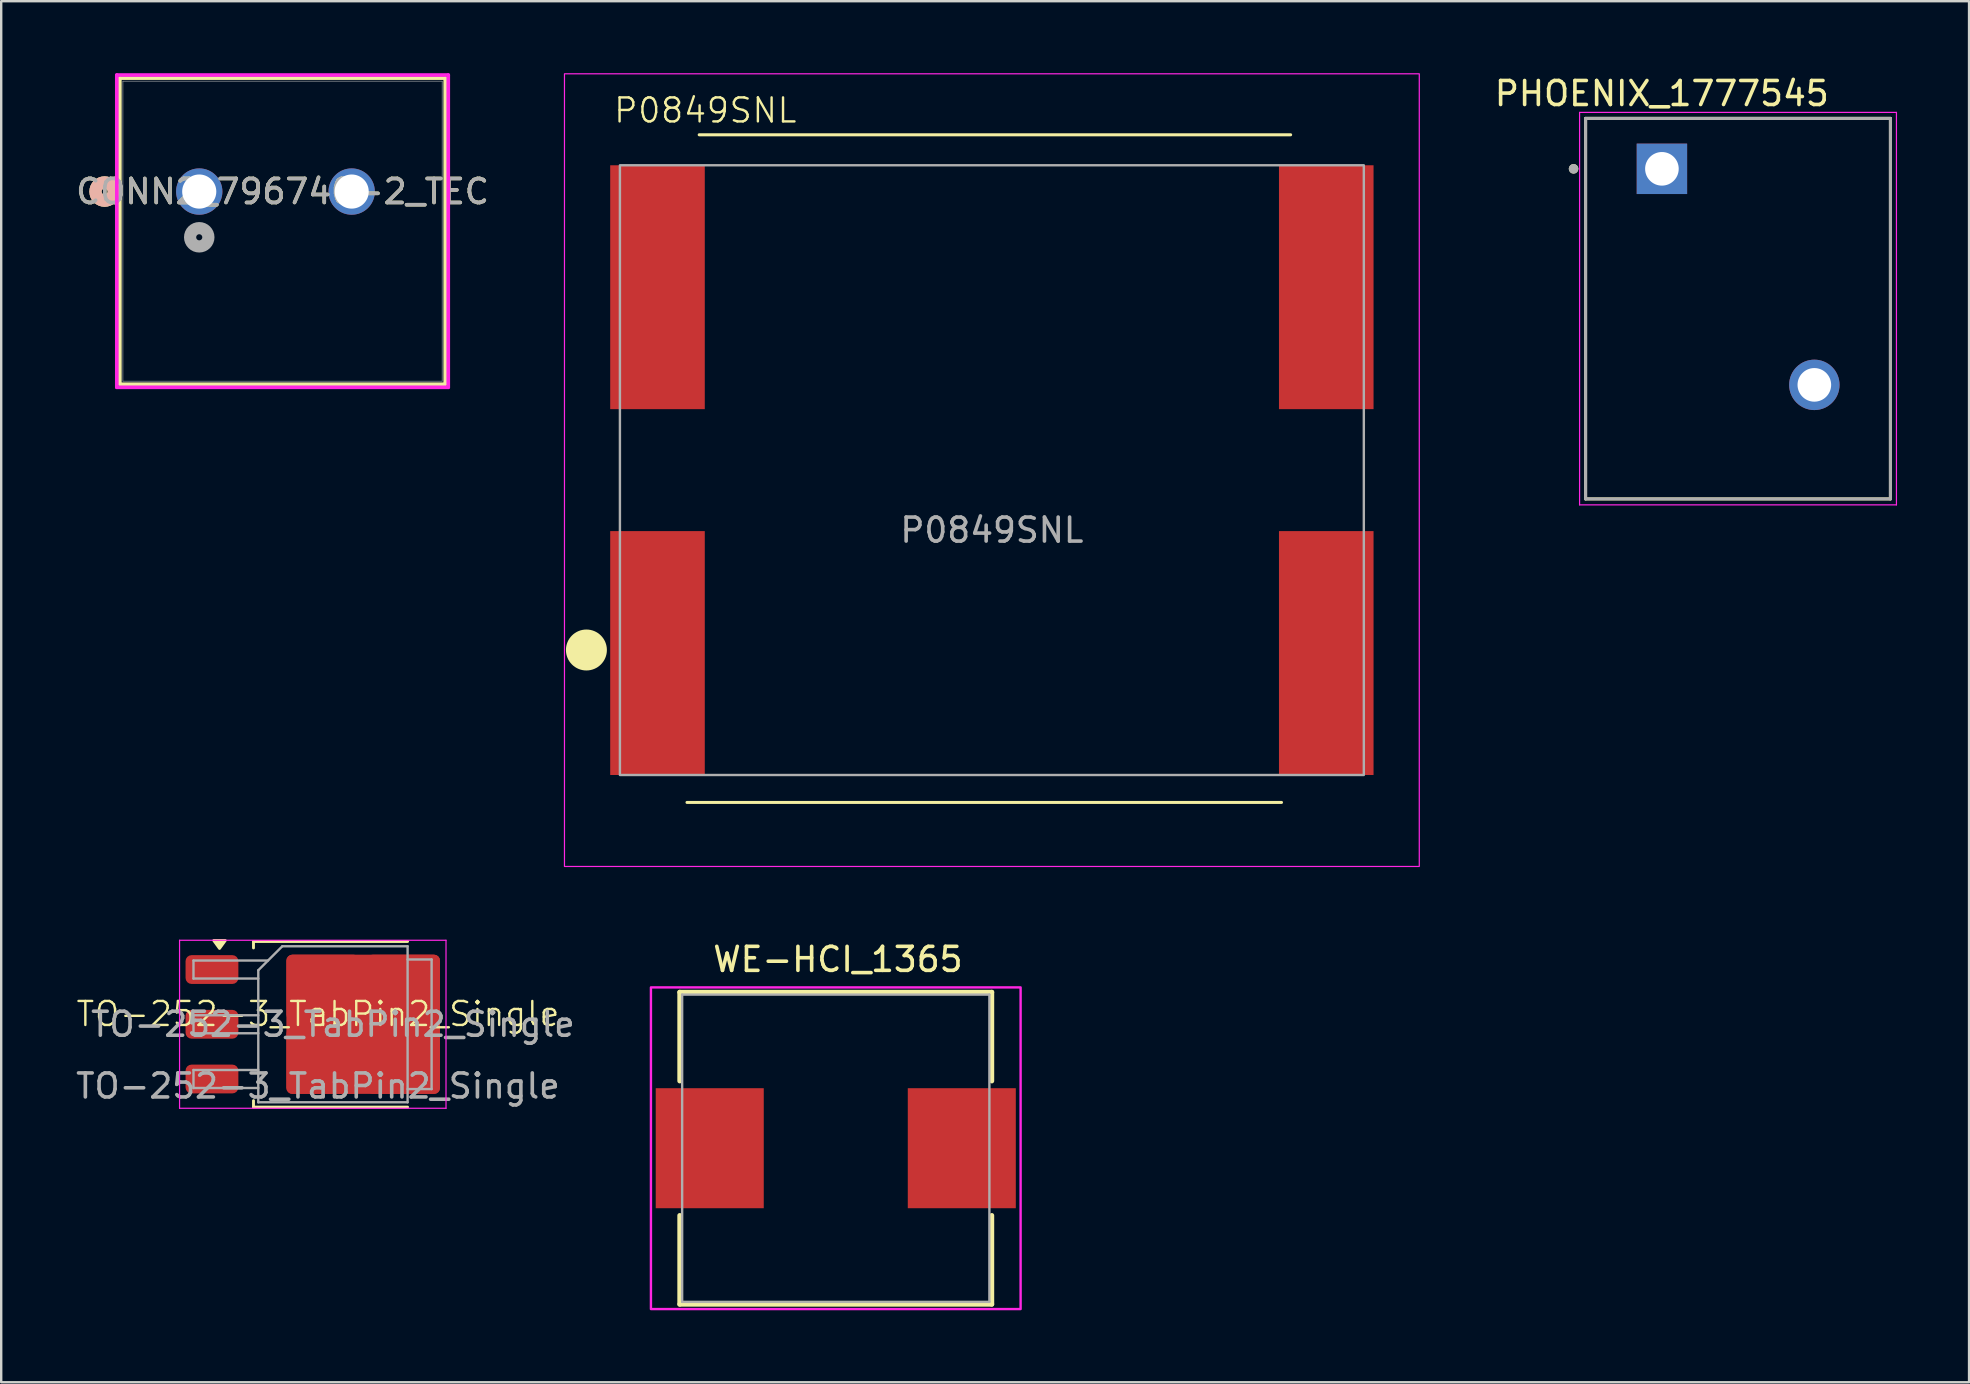
<source format=kicad_pcb>
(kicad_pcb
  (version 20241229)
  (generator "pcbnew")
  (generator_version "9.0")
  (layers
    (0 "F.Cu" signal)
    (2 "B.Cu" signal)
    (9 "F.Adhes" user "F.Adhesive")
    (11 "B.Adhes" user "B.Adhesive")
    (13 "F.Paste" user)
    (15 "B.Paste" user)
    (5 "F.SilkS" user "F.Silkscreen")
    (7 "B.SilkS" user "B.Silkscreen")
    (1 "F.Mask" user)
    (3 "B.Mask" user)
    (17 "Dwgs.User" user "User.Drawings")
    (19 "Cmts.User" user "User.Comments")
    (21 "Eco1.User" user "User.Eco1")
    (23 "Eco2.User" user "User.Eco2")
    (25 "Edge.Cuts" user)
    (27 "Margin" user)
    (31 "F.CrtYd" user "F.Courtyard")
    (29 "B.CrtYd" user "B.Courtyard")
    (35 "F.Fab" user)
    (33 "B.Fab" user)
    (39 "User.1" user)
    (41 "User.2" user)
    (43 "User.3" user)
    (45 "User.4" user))
  (footprint "TO-252-3_TabPin2_Single"
    (layer "F.Cu")
    (at 10.196 39.691)
    (property "Reference" "TO-252-3_TabPin2_Single" (at 0 -0.5 0) (unlocked yes) (layer "F.SilkS") (effects (font (size 1 1) (thickness 0.1))))
    (attr smd)
    (fp_line (start -2.686 -3.521) (end -2.686 -3.251) (stroke (width 0.12) (type solid)) (layer "F.SilkS"))
    (fp_line (start -2.686 3.379) (end -2.686 3.109) (stroke (width 0.12) (type solid)) (layer "F.SilkS"))
    (fp_line (start 3.734 -3.521) (end -2.686 -3.521) (stroke (width 0.12) (type solid)) (layer "F.SilkS"))
    (fp_line (start 3.734 3.379) (end -2.686 3.379) (stroke (width 0.12) (type solid)) (layer "F.SilkS"))
    (fp_poly (pts (xy -4.101 -3.231) (xy -4.341 -3.561) (xy -3.861 -3.561) (xy -4.101 -3.231)) (stroke (width 0.12) (type solid)) (fill yes) (layer "F.SilkS"))
    (fp_line (start -5.766 -3.571) (end -5.766 3.429) (stroke (width 0.05) (type solid)) (layer "F.CrtYd"))
    (fp_line (start -5.766 3.429) (end 5.334 3.429) (stroke (width 0.05) (type solid)) (layer "F.CrtYd"))
    (fp_line (start 5.334 -3.571) (end -5.766 -3.571) (stroke (width 0.05) (type solid)) (layer "F.CrtYd"))
    (fp_line (start 5.334 3.429) (end 5.334 -3.571) (stroke (width 0.05) (type solid)) (layer "F.CrtYd"))
    (fp_line (start -5.186 -2.726) (end -5.186 -1.976) (stroke (width 0.1) (type solid)) (layer "F.Fab"))
    (fp_line (start -5.186 -1.976) (end -2.486 -1.976) (stroke (width 0.1) (type solid)) (layer "F.Fab"))
    (fp_line (start -5.186 -0.446) (end -5.186 0.304) (stroke (width 0.1) (type solid)) (layer "F.Fab"))
    (fp_line (start -5.186 0.304) (end -2.486 0.304) (stroke (width 0.1) (type solid)) (layer "F.Fab"))
    (fp_line (start -5.186 1.834) (end -5.186 2.584) (stroke (width 0.1) (type solid)) (layer "F.Fab"))
    (fp_line (start -5.186 2.584) (end -2.486 2.584) (stroke (width 0.1) (type solid)) (layer "F.Fab"))
    (fp_line (start -2.486 -2.321) (end -1.486 -3.321) (stroke (width 0.1) (type solid)) (layer "F.Fab"))
    (fp_line (start -2.486 -0.446) (end -5.186 -0.446) (stroke (width 0.1) (type solid)) (layer "F.Fab"))
    (fp_line (start -2.486 1.834) (end -5.186 1.834) (stroke (width 0.1) (type solid)) (layer "F.Fab"))
    (fp_line (start -2.486 3.179) (end -2.486 -2.321) (stroke (width 0.1) (type solid)) (layer "F.Fab"))
    (fp_line (start -2.081 -2.726) (end -5.186 -2.726) (stroke (width 0.1) (type solid)) (layer "F.Fab"))
    (fp_line (start -1.486 -3.321) (end 3.734 -3.321) (stroke (width 0.1) (type solid)) (layer "F.Fab"))
    (fp_line (start 3.734 -3.321) (end 3.734 3.179) (stroke (width 0.1) (type solid)) (layer "F.Fab"))
    (fp_line (start 3.734 -2.771) (end 4.734 -2.771) (stroke (width 0.1) (type solid)) (layer "F.Fab"))
    (fp_line (start 3.734 3.179) (end -2.486 3.179) (stroke (width 0.1) (type solid)) (layer "F.Fab"))
    (fp_line (start 4.734 -2.771) (end 4.734 2.629) (stroke (width 0.1) (type solid)) (layer "F.Fab"))
    (fp_line (start 4.734 2.629) (end 3.734 2.629) (stroke (width 0.1) (type solid)) (layer "F.Fab"))
    (fp_text user "${REFERENCE}" (at 0 2.5 0) (unlocked yes) (layer "F.Fab") (effects (font (size 1 1) (thickness 0.15))))
    (fp_text user "${REFERENCE}" (at 0.624 -0.071 0) (layer "F.Fab") (effects (font (size 1 1) (thickness 0.15))))
    (pad "1" smd roundrect (at -4.416 -2.351) (size 2.2 1.2) (layers "F.Cu" "F.Mask" "F.Paste") (roundrect_rratio 0.208))
    (pad "1" smd roundrect (at -4.416 2.209) (size 2.2 1.2) (layers "F.Cu" "F.Mask" "F.Paste") (roundrect_rratio 0.208))
    (pad "2" smd roundrect (at -4.416 -0.071) (size 2.2 1.2) (layers "F.Cu" "F.Mask" "F.Paste") (roundrect_rratio 0.208))
    (pad "2" smd roundrect (at 0.209 -1.596) (size 3.05 2.75) (layers "F.Cu" "F.Paste") (roundrect_rratio 0.091))
    (pad "2" smd roundrect (at 0.209 1.454) (size 3.05 2.75) (layers "F.Cu" "F.Paste") (roundrect_rratio 0.091))
    (pad "2" smd roundrect (at 1.884 -0.071) (size 6.4 5.8) (layers "F.Cu" "F.Mask") (roundrect_rratio 0.043))
    (pad "2" smd roundrect (at 3.559 -1.596) (size 3.05 2.75) (layers "F.Cu" "F.Paste") (roundrect_rratio 0.091))
    (pad "2" smd roundrect (at 3.559 1.454) (size 3.05 2.75) (layers "F.Cu" "F.Paste") (roundrect_rratio 0.091)))
  (footprint "PHOENIX_1777545"
    (layer "F.Cu")
    (at 63.003 17.733)
    (property "Reference" "PHOENIX_1777545" (at 3.175 -16.885 0) (layer "F.SilkS") (effects (font (size 1 1) (thickness 0.15))))
    (attr through_hole)
    (fp_line (start 0 -15.85) (end 0 0) (stroke (width 0.127) (type solid)) (layer "F.SilkS"))
    (fp_line (start 0 0) (end 12.7 0) (stroke (width 0.127) (type solid)) (layer "F.SilkS"))
    (fp_line (start 12.7 -15.85) (end 0 -15.85) (stroke (width 0.127) (type solid)) (layer "F.SilkS"))
    (fp_line (start 12.7 0) (end 12.7 -15.85) (stroke (width 0.127) (type solid)) (layer "F.SilkS"))
    (fp_circle (center -0.5 -13.75) (end -0.4 -13.75) (stroke (width 0.2) (type solid)) (fill no) (layer "F.SilkS"))
    (fp_line (start -0.25 -16.1) (end 12.95 -16.1) (stroke (width 0.05) (type solid)) (layer "F.CrtYd"))
    (fp_line (start -0.25 0.25) (end -0.25 -16.1) (stroke (width 0.05) (type solid)) (layer "F.CrtYd"))
    (fp_line (start 12.95 -16.1) (end 12.95 0.25) (stroke (width 0.05) (type solid)) (layer "F.CrtYd"))
    (fp_line (start 12.95 0.25) (end -0.25 0.25) (stroke (width 0.05) (type solid)) (layer "F.CrtYd"))
    (fp_line (start 0 -15.85) (end 0 0) (stroke (width 0.127) (type solid)) (layer "F.Fab"))
    (fp_line (start 0 0) (end 12.7 0) (stroke (width 0.127) (type solid)) (layer "F.Fab"))
    (fp_line (start 12.7 -15.85) (end 0 -15.85) (stroke (width 0.127) (type solid)) (layer "F.Fab"))
    (fp_line (start 12.7 0) (end 12.7 -15.85) (stroke (width 0.127) (type solid)) (layer "F.Fab"))
    (fp_circle (center -0.5 -13.75) (end -0.4 -13.75) (stroke (width 0.2) (type solid)) (fill no) (layer "F.Fab"))
    (pad "1" thru_hole rect (at 3.18 -13.75) (size 2.1 2.1) (drill 1.4) (layers "*.Cu" "*.Mask"))
    (pad "2" thru_hole circle (at 9.53 -4.75) (size 2.1 2.1) (drill 1.4) (layers "*.Cu" "*.Mask")))
  (footprint "WE-HCI_1365"
    (layer "F.Cu")
    (at 31.767 44.783)
    (property "Reference" "WE-HCI_1365" (at 0.09 -7.865 0) (layer "F.SilkS") (effects (font (size 1 1) (thickness 0.15))))
    (attr smd)
    (fp_line (start -6.5 -6.5) (end 6.5 -6.5) (stroke (width 0.2) (type solid)) (layer "F.SilkS"))
    (fp_line (start -6.5 -2.8) (end -6.5 -6.5) (stroke (width 0.2) (type solid)) (layer "F.SilkS"))
    (fp_line (start -6.5 2.8) (end -6.5 6.5) (stroke (width 0.2) (type solid)) (layer "F.SilkS"))
    (fp_line (start -6.5 6.5) (end 6.5 6.5) (stroke (width 0.2) (type solid)) (layer "F.SilkS"))
    (fp_line (start 6.5 -6.5) (end 6.5 -2.8) (stroke (width 0.2) (type solid)) (layer "F.SilkS"))
    (fp_line (start 6.5 6.5) (end 6.5 2.8) (stroke (width 0.2) (type solid)) (layer "F.SilkS"))
    (fp_poly (pts (xy -7.7 -6.7) (xy 7.7 -6.7) (xy 7.7 6.7) (xy -7.7 6.7)) (stroke (width 0.1) (type solid)) (fill no) (layer "F.CrtYd"))
    (fp_line (start -6.4 -6.4) (end 6.4 -6.4) (stroke (width 0.1) (type solid)) (layer "F.Fab"))
    (fp_line (start -6.4 6.4) (end -6.4 -6.4) (stroke (width 0.1) (type solid)) (layer "F.Fab"))
    (fp_line (start -6.4 6.4) (end 6.4 6.4) (stroke (width 0.1) (type solid)) (layer "F.Fab"))
    (fp_line (start 6.4 6.4) (end 6.4 -6.4) (stroke (width 0.1) (type solid)) (layer "F.Fab"))
    (pad "1" smd rect (at -5.25 0) (size 4.5 5) (layers "F.Cu" "F.Mask" "F.Paste"))
    (pad "2" smd rect (at 5.25 0) (size 4.5 5) (layers "F.Cu" "F.Mask" "F.Paste")))
  (footprint "CONN2_796740-2_TEC"
    (layer "F.Cu")
    (at 5.25 4.93)
    (property "Reference" "CONN2_796740-2_TEC" (at 3.47 0 0) (unlocked yes) (layer "F.SilkS") (effects (font (size 1 1) (thickness 0.15))))
    (attr through_hole)
    (fp_line (start -3.307 -4.727) (end -3.307 8.027) (stroke (width 0.152) (type solid)) (layer "F.SilkS"))
    (fp_line (start -3.307 8.027) (end 10.247 8.027) (stroke (width 0.152) (type solid)) (layer "F.SilkS"))
    (fp_line (start 10.247 -4.727) (end -3.307 -4.727) (stroke (width 0.152) (type solid)) (layer "F.SilkS"))
    (fp_line (start 10.247 8.027) (end 10.247 -4.727) (stroke (width 0.152) (type solid)) (layer "F.SilkS"))
    (fp_circle (center -3.942 0) (end -3.561 0) (stroke (width 0.508) (type solid)) (fill no) (layer "F.SilkS"))
    (fp_circle (center -3.942 0) (end -3.561 0) (stroke (width 0.508) (type solid)) (fill no) (layer "B.SilkS"))
    (fp_line (start -3.434 -4.854) (end -3.434 8.154) (stroke (width 0.152) (type solid)) (layer "F.CrtYd"))
    (fp_line (start -3.434 8.154) (end 10.374 8.154) (stroke (width 0.152) (type solid)) (layer "F.CrtYd"))
    (fp_line (start 10.374 -4.854) (end -3.434 -4.854) (stroke (width 0.152) (type solid)) (layer "F.CrtYd"))
    (fp_line (start 10.374 8.154) (end 10.374 -4.854) (stroke (width 0.152) (type solid)) (layer "F.CrtYd"))
    (fp_line (start -3.18 -4.6) (end -3.18 7.9) (stroke (width 0.025) (type solid)) (layer "F.Fab"))
    (fp_line (start -3.18 7.9) (end 10.12 7.9) (stroke (width 0.025) (type solid)) (layer "F.Fab"))
    (fp_line (start 10.12 -4.6) (end -3.18 -4.6) (stroke (width 0.025) (type solid)) (layer "F.Fab"))
    (fp_line (start 10.12 7.9) (end 10.12 -4.6) (stroke (width 0.025) (type solid)) (layer "F.Fab"))
    (fp_circle (center 0 1.905) (end 0.381 1.905) (stroke (width 0.508) (type solid)) (fill no) (layer "F.Fab"))
    (fp_text user "${REFERENCE}" (at 3.47 0 0) (unlocked yes) (layer "F.Fab") (effects (font (size 1 1) (thickness 0.15))))
    (pad "1" thru_hole circle (at 0 0) (size 1.93 1.93) (drill 1.422) (layers "*.Cu" "*.Mask"))
    (pad "2" thru_hole circle (at 6.35 0) (size 1.93 1.93) (drill 1.422) (layers "*.Cu" "*.Mask")))
  (footprint "P0849SNL"
    (layer "F.Cu")
    (at 38.27 16.535)
    (property "Reference" "P0849SNL" (at -11.938 -14.986 0) (unlocked yes) (layer "F.SilkS") (effects (font (size 1 1) (thickness 0.1))))
    (attr smd)
    (fp_line (start -12.7 13.843) (end 12.065 13.843) (stroke (width 0.127) (type default)) (layer "F.SilkS"))
    (fp_line (start -12.192 -13.97) (end 12.446 -13.97) (stroke (width 0.127) (type default)) (layer "F.SilkS"))
    (fp_circle (center -16.891 7.493) (end -16.088 7.493) (stroke (width 0.1) (type solid)) (fill yes) (layer "F.SilkS"))
    (fp_rect (start -17.805 -16.51) (end 17.805 16.51) (stroke (width 0.05) (type default)) (fill no) (layer "F.CrtYd"))
    (fp_rect (start -15.495 12.7) (end 15.495 -12.7) (stroke (width 0.1) (type default)) (fill no) (layer "F.Fab"))
    (fp_text user "${REFERENCE}" (at 0 2.5 0) (unlocked yes) (layer "F.Fab") (effects (font (size 1 1) (thickness 0.15))))
    (pad "1" smd rect (at -13.93 7.62) (size 3.94 10.16) (layers "F.Cu" "F.Mask" "F.Paste"))
    (pad "2" smd rect (at -13.93 -7.62) (size 3.94 10.16) (layers "F.Cu" "F.Mask" "F.Paste"))
    (pad "3" smd rect (at 13.93 -7.62) (size 3.94 10.16) (layers "F.Cu" "F.Mask" "F.Paste"))
    (pad "4" smd rect (at 13.93 7.62) (size 3.94 10.16) (layers "F.Cu" "F.Mask" "F.Paste")))
  (gr_rect
    (start -3 -3)
    (end 78.978 54.533)
    (stroke (width 0.1) (type default))
    (fill no)
    (layer "Edge.Cuts")))
</source>
